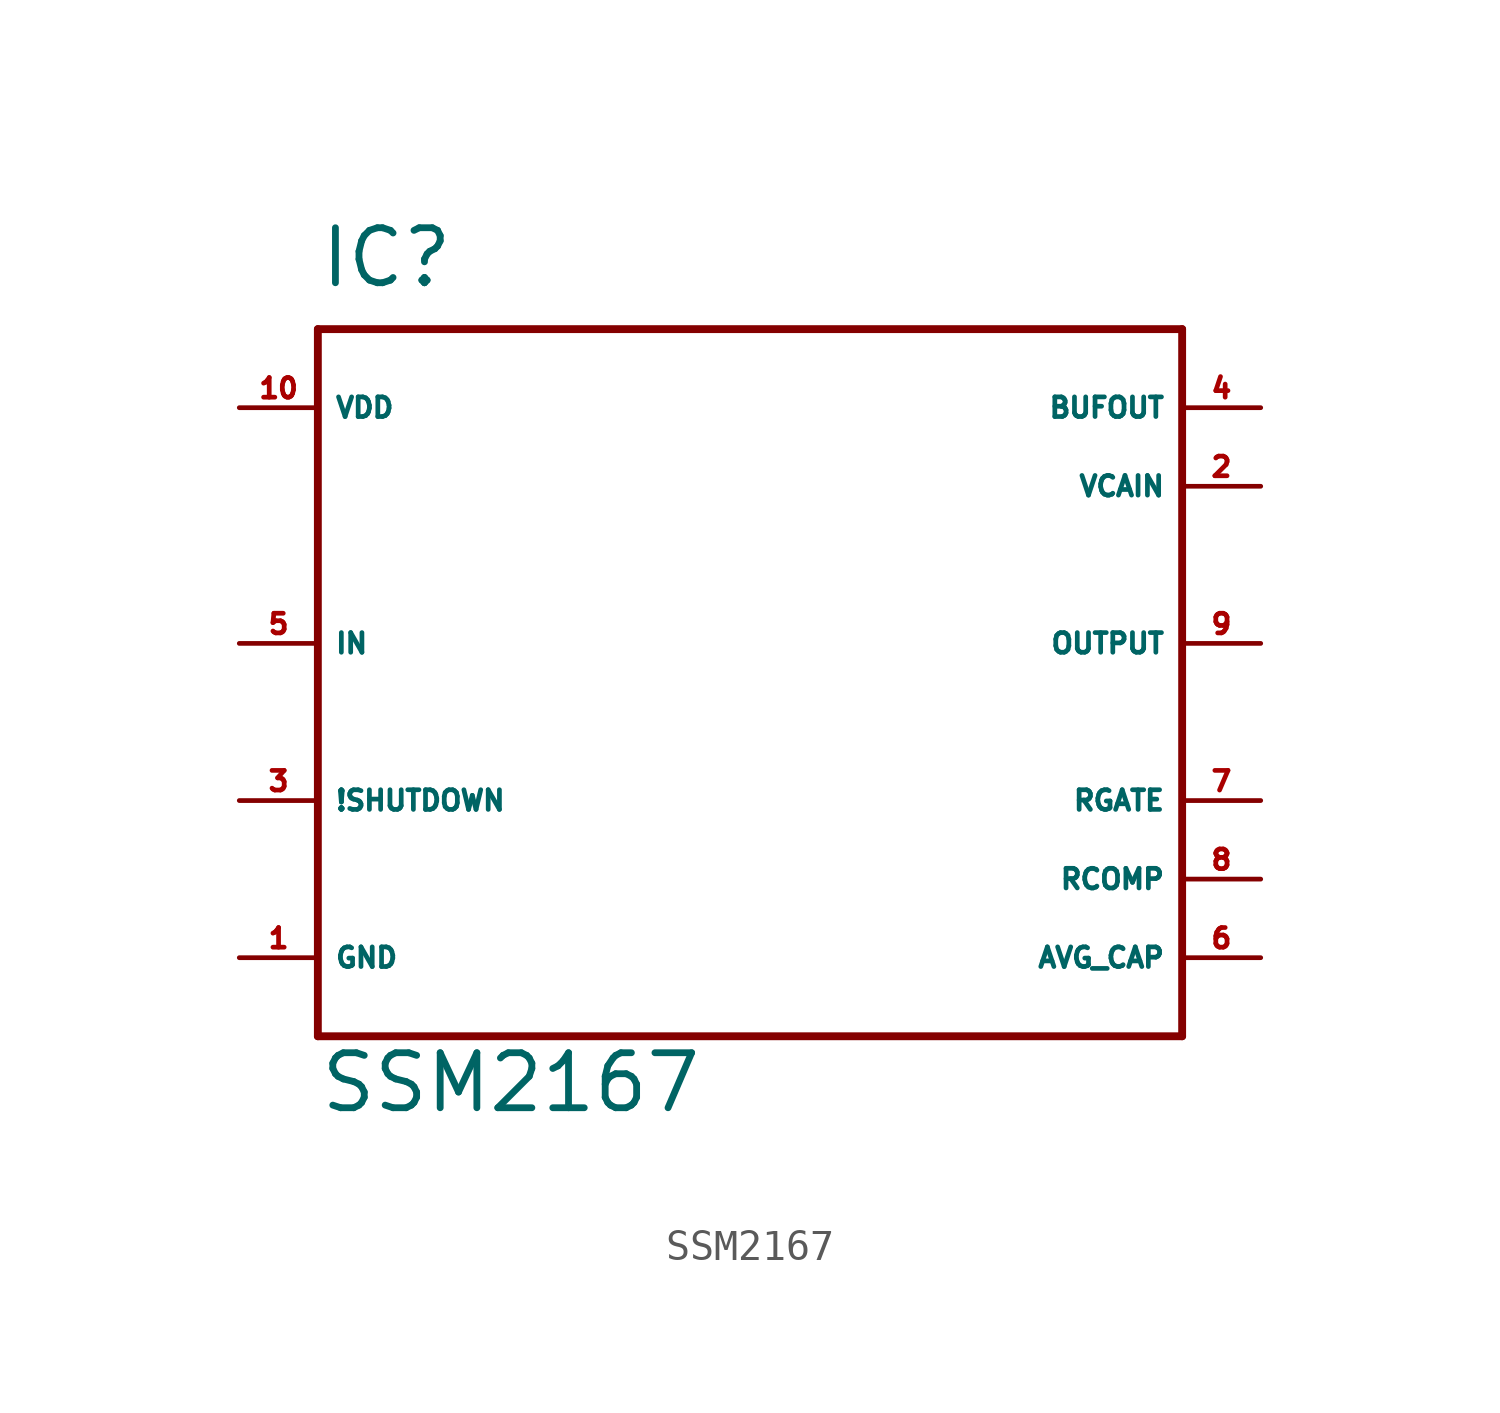
<source format=kicad_sym>
(kicad_symbol_lib
  (version 20220914)
  (generator Eagle2Kicad)
  (symbol "SSM2167"
    (property "Reference" "IC"
      (at -12.7 11.43 0)
      (effects (font (size 1.778 1.778) (thickness 0.22)) (justify left bottom)))
    (property "Value" "SSM2167"
      (at -12.7 -15.24 0)
      (effects (font (size 1.778 1.778) (thickness 0.22)) (justify left bottom)))
    (polyline
      (pts (xy -12.7 10.16) (xy 15.24 10.16))
      (stroke (width 0.254) (type default))
      (fill (type none)))
    (polyline
      (pts (xy 15.24 10.16) (xy 15.24 -12.7))
      (stroke (width 0.254) (type default))
      (fill (type none)))
    (polyline
      (pts (xy 15.24 -12.7) (xy -12.7 -12.7))
      (stroke (width 0.254) (type default))
      (fill (type none)))
    (polyline
      (pts (xy -12.7 -12.7) (xy -12.7 10.16))
      (stroke (width 0.254) (type default))
      (fill (type none)))
    (pin input line
      (at -15.24 0 0)
      (length 2.54)
      (name "IN" (effects (font (size 0.635 0.635) (thickness 0.08)) (justify left bottom)))
      (number "5" (effects (font (size 0.635 0.635) (thickness 0.08)) (justify left bottom))))
    (pin unspecified line
      (at -15.24 7.62 0)
      (length 2.54)
      (name "VDD" (effects (font (size 0.635 0.635) (thickness 0.08)) (justify left bottom)))
      (number "10" (effects (font (size 0.635 0.635) (thickness 0.08)) (justify left bottom))))
    (pin unspecified line
      (at -15.24 -10.16 0)
      (length 2.54)
      (name "GND" (effects (font (size 0.635 0.635) (thickness 0.08)) (justify left bottom)))
      (number "1" (effects (font (size 0.635 0.635) (thickness 0.08)) (justify left bottom))))
    (pin output line
      (at 17.78 7.62 180)
      (length 2.54)
      (name "BUFOUT" (effects (font (size 0.635 0.635) (thickness 0.08)) (justify left bottom)))
      (number "4" (effects (font (size 0.635 0.635) (thickness 0.08)) (justify left bottom))))
    (pin output line
      (at 17.78 0 180)
      (length 2.54)
      (name "OUTPUT" (effects (font (size 0.635 0.635) (thickness 0.08)) (justify left bottom)))
      (number "9" (effects (font (size 0.635 0.635) (thickness 0.08)) (justify left bottom))))
    (pin input line
      (at 17.78 5.08 180)
      (length 2.54)
      (name "VCAIN" (effects (font (size 0.635 0.635) (thickness 0.08)) (justify left bottom)))
      (number "2" (effects (font (size 0.635 0.635) (thickness 0.08)) (justify left bottom))))
    (pin passive line
      (at 17.78 -10.16 180)
      (length 2.54)
      (name "AVG_CAP" (effects (font (size 0.635 0.635) (thickness 0.08)) (justify left bottom)))
      (number "6" (effects (font (size 0.635 0.635) (thickness 0.08)) (justify left bottom))))
    (pin passive line
      (at 17.78 -7.62 180)
      (length 2.54)
      (name "RCOMP" (effects (font (size 0.635 0.635) (thickness 0.08)) (justify left bottom)))
      (number "8" (effects (font (size 0.635 0.635) (thickness 0.08)) (justify left bottom))))
    (pin input line
      (at -15.24 -5.08 0)
      (length 2.54)
      (name "!SHUTDOWN" (effects (font (size 0.635 0.635) (thickness 0.08)) (justify left bottom)))
      (number "3" (effects (font (size 0.635 0.635) (thickness 0.08)) (justify left bottom))))
    (pin passive line
      (at 17.78 -5.08 180)
      (length 2.54)
      (name "RGATE" (effects (font (size 0.635 0.635) (thickness 0.08)) (justify left bottom)))
      (number "7" (effects (font (size 0.635 0.635) (thickness 0.08)) (justify left bottom))))))
</source>
